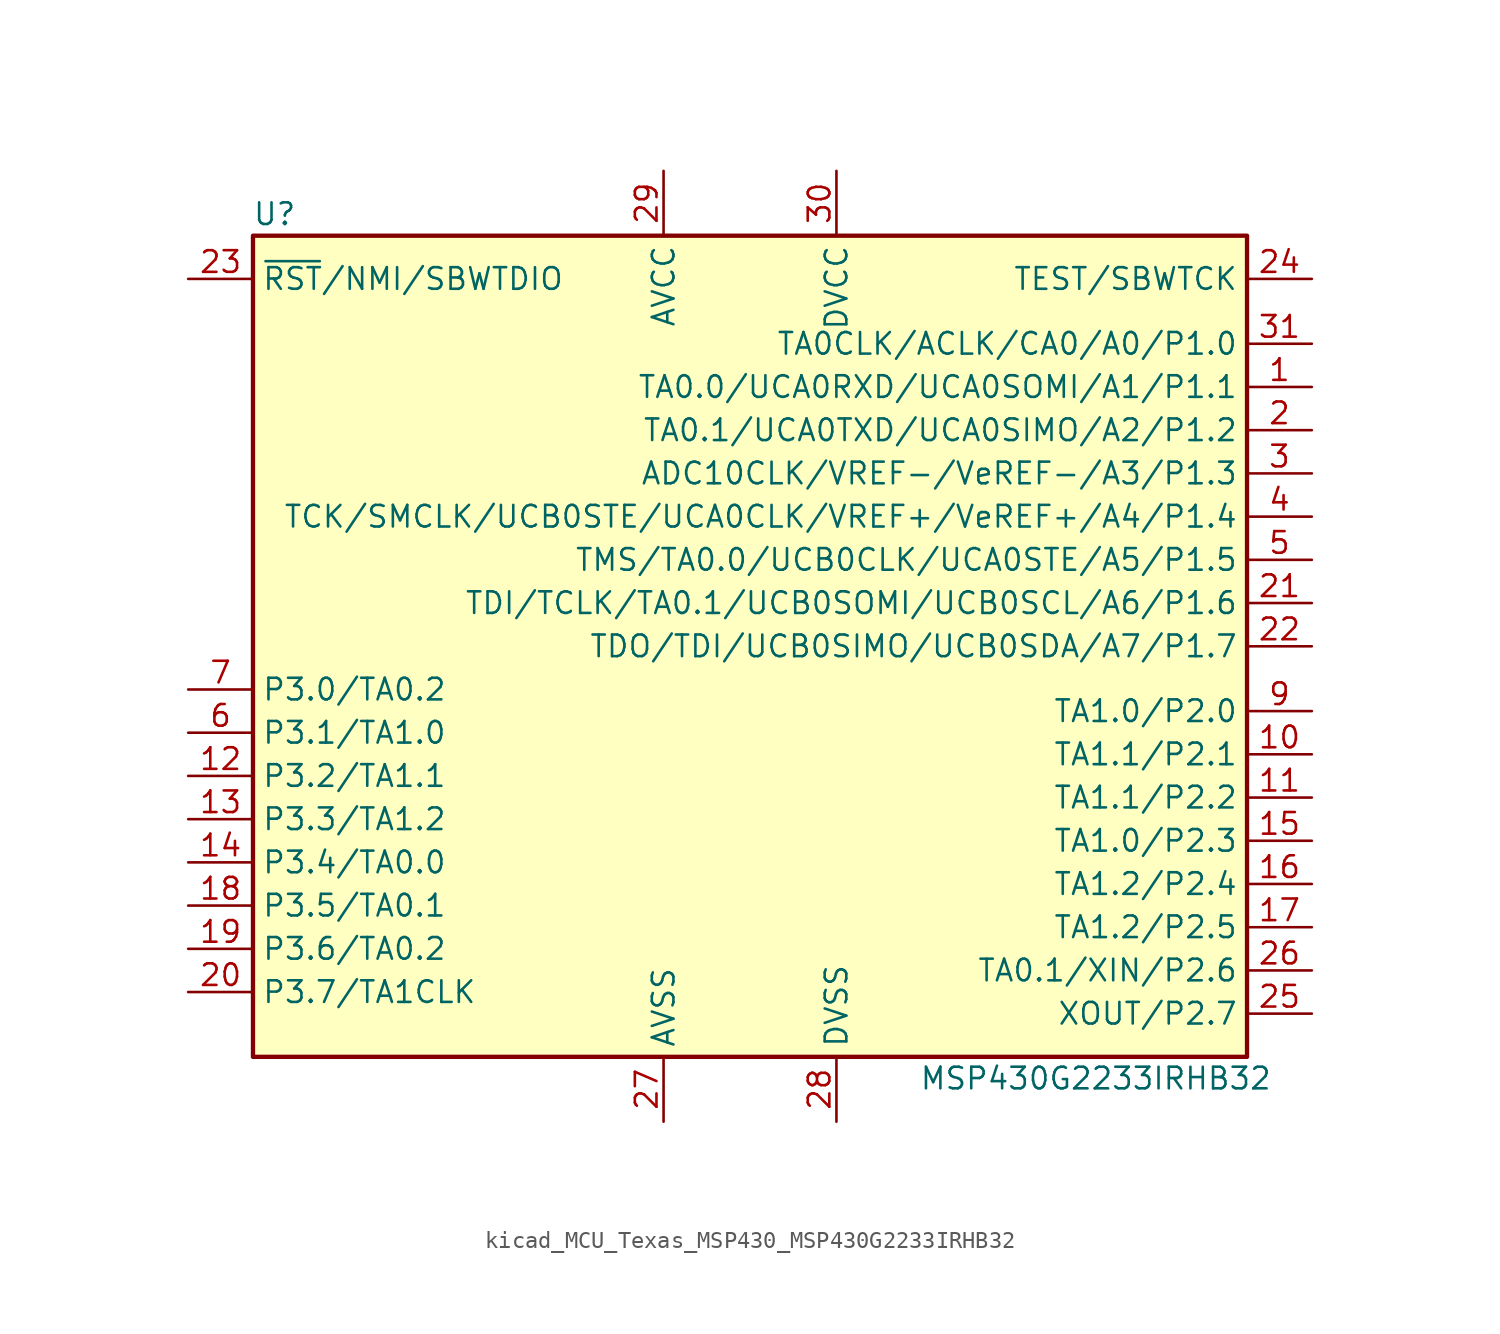
<source format=kicad_sym>
(kicad_symbol_lib
  (version 20220914)
  (generator kicad_symbol_editor)
  (symbol "kicad_MCU_Texas_MSP430_MSP430G2233IRHB32"
    (property "Reference" "U"
      (at -27.94 25.4 0)
      (effects (font (size 1.27 1.27))))
    (property "Value" "MSP430G2233IRHB32"
      (at 20.32 -25.4 0)
      (effects (font (size 1.27 1.27))))
    (symbol "kicad_MCU_Texas_MSP430_MSP430G2233IRHB32_0_1"
      (rectangle (start -29.21 24.13) (end 29.21 -24.13) (stroke (width 0.254) (type default)) (fill (type background))))
    (symbol "kicad_MCU_Texas_MSP430_MSP430G2233IRHB32_1_1"
      (pin bidirectional line (at 33.02 15.24 180) (length 3.81) (name "TA0.0/UCA0RXD/UCA0SOMI/A1/P1.1" (effects (font (size 1.27 1.27)))) (number "1" (effects (font (size 1.27 1.27)))))
      (pin bidirectional line (at 33.02 -6.35 180) (length 3.81) (name "TA1.1/P2.1" (effects (font (size 1.27 1.27)))) (number "10" (effects (font (size 1.27 1.27)))))
      (pin bidirectional line (at 33.02 -8.89 180) (length 3.81) (name "TA1.1/P2.2" (effects (font (size 1.27 1.27)))) (number "11" (effects (font (size 1.27 1.27)))))
      (pin bidirectional line (at -33.02 -7.62 0) (length 3.81) (name "P3.2/TA1.1" (effects (font (size 1.27 1.27)))) (number "12" (effects (font (size 1.27 1.27)))))
      (pin bidirectional line (at -33.02 -10.16 0) (length 3.81) (name "P3.3/TA1.2" (effects (font (size 1.27 1.27)))) (number "13" (effects (font (size 1.27 1.27)))))
      (pin bidirectional line (at -33.02 -12.7 0) (length 3.81) (name "P3.4/TA0.0" (effects (font (size 1.27 1.27)))) (number "14" (effects (font (size 1.27 1.27)))))
      (pin bidirectional line (at 33.02 -11.43 180) (length 3.81) (name "TA1.0/P2.3" (effects (font (size 1.27 1.27)))) (number "15" (effects (font (size 1.27 1.27)))))
      (pin bidirectional line (at 33.02 -13.97 180) (length 3.81) (name "TA1.2/P2.4" (effects (font (size 1.27 1.27)))) (number "16" (effects (font (size 1.27 1.27)))))
      (pin bidirectional line (at 33.02 -16.51 180) (length 3.81) (name "TA1.2/P2.5" (effects (font (size 1.27 1.27)))) (number "17" (effects (font (size 1.27 1.27)))))
      (pin bidirectional line (at -33.02 -15.24 0) (length 3.81) (name "P3.5/TA0.1" (effects (font (size 1.27 1.27)))) (number "18" (effects (font (size 1.27 1.27)))))
      (pin bidirectional line (at -33.02 -17.78 0) (length 3.81) (name "P3.6/TA0.2" (effects (font (size 1.27 1.27)))) (number "19" (effects (font (size 1.27 1.27)))))
      (pin bidirectional line (at 33.02 12.7 180) (length 3.81) (name "TA0.1/UCA0TXD/UCA0SIMO/A2/P1.2" (effects (font (size 1.27 1.27)))) (number "2" (effects (font (size 1.27 1.27)))))
      (pin bidirectional line (at -33.02 -20.32 0) (length 3.81) (name "P3.7/TA1CLK" (effects (font (size 1.27 1.27)))) (number "20" (effects (font (size 1.27 1.27)))))
      (pin bidirectional line (at 33.02 2.54 180) (length 3.81) (name "TDI/TCLK/TA0.1/UCB0SOMI/UCB0SCL/A6/P1.6" (effects (font (size 1.27 1.27)))) (number "21" (effects (font (size 1.27 1.27)))))
      (pin bidirectional line (at 33.02 0 180) (length 3.81) (name "TDO/TDI/UCB0SIMO/UCB0SDA/A7/P1.7" (effects (font (size 1.27 1.27)))) (number "22" (effects (font (size 1.27 1.27)))))
      (pin input line (at -33.02 21.59 0) (length 3.81) (name "~{RST}/NMI/SBWTDIO" (effects (font (size 1.27 1.27)))) (number "23" (effects (font (size 1.27 1.27)))))
      (pin input line (at 33.02 21.59 180) (length 3.81) (name "TEST/SBWTCK" (effects (font (size 1.27 1.27)))) (number "24" (effects (font (size 1.27 1.27)))))
      (pin bidirectional line (at 33.02 -21.59 180) (length 3.81) (name "XOUT/P2.7" (effects (font (size 1.27 1.27)))) (number "25" (effects (font (size 1.27 1.27)))))
      (pin bidirectional line (at 33.02 -19.05 180) (length 3.81) (name "TA0.1/XIN/P2.6" (effects (font (size 1.27 1.27)))) (number "26" (effects (font (size 1.27 1.27)))))
      (pin power_in line (at -5.08 -27.94 90) (length 3.81) (name "AVSS" (effects (font (size 1.27 1.27)))) (number "27" (effects (font (size 1.27 1.27)))))
      (pin power_in line (at 5.08 -27.94 90) (length 3.81) (name "DVSS" (effects (font (size 1.27 1.27)))) (number "28" (effects (font (size 1.27 1.27)))))
      (pin power_in line (at -5.08 27.94 270) (length 3.81) (name "AVCC" (effects (font (size 1.27 1.27)))) (number "29" (effects (font (size 1.27 1.27)))))
      (pin bidirectional line (at 33.02 10.16 180) (length 3.81) (name "ADC10CLK/VREF-/VeREF-/A3/P1.3" (effects (font (size 1.27 1.27)))) (number "3" (effects (font (size 1.27 1.27)))))
      (pin power_in line (at 5.08 27.94 270) (length 3.81) (name "DVCC" (effects (font (size 1.27 1.27)))) (number "30" (effects (font (size 1.27 1.27)))))
      (pin bidirectional line (at 33.02 17.78 180) (length 3.81) (name "TA0CLK/ACLK/CA0/A0/P1.0" (effects (font (size 1.27 1.27)))) (number "31" (effects (font (size 1.27 1.27)))))
      (pin bidirectional line (at 33.02 7.62 180) (length 3.81) (name "TCK/SMCLK/UCB0STE/UCA0CLK/VREF+/VeREF+/A4/P1.4" (effects (font (size 1.27 1.27)))) (number "4" (effects (font (size 1.27 1.27)))))
      (pin bidirectional line (at 33.02 5.08 180) (length 3.81) (name "TMS/TA0.0/UCB0CLK/UCA0STE/A5/P1.5" (effects (font (size 1.27 1.27)))) (number "5" (effects (font (size 1.27 1.27)))))
      (pin bidirectional line (at -33.02 -5.08 0) (length 3.81) (name "P3.1/TA1.0" (effects (font (size 1.27 1.27)))) (number "6" (effects (font (size 1.27 1.27)))))
      (pin bidirectional line (at -33.02 -2.54 0) (length 3.81) (name "P3.0/TA0.2" (effects (font (size 1.27 1.27)))) (number "7" (effects (font (size 1.27 1.27)))))
      (pin bidirectional line (at 33.02 -3.81 180) (length 3.81) (name "TA1.0/P2.0" (effects (font (size 1.27 1.27)))) (number "9" (effects (font (size 1.27 1.27))))))))
</source>
